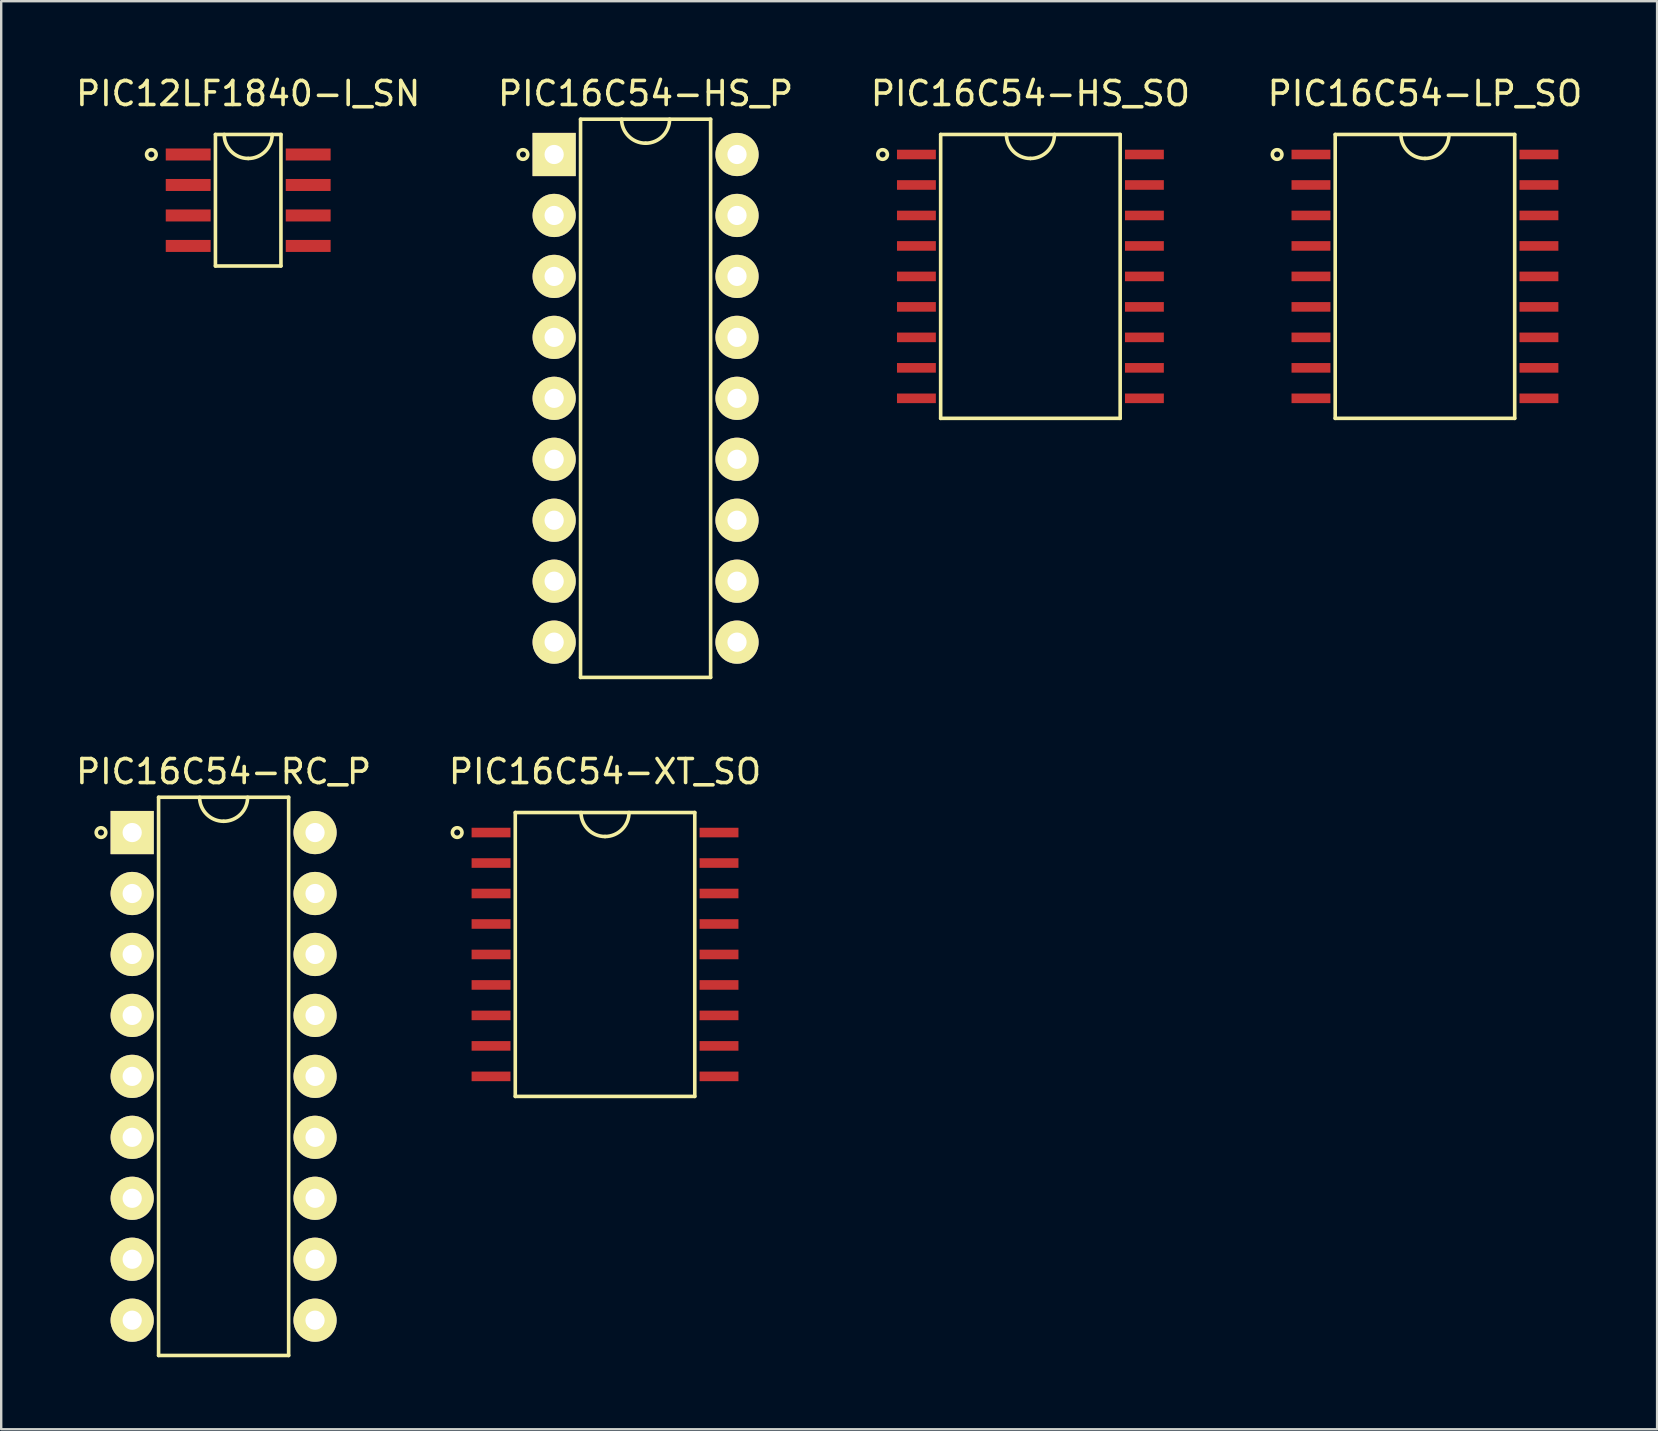
<source format=kicad_pcb>
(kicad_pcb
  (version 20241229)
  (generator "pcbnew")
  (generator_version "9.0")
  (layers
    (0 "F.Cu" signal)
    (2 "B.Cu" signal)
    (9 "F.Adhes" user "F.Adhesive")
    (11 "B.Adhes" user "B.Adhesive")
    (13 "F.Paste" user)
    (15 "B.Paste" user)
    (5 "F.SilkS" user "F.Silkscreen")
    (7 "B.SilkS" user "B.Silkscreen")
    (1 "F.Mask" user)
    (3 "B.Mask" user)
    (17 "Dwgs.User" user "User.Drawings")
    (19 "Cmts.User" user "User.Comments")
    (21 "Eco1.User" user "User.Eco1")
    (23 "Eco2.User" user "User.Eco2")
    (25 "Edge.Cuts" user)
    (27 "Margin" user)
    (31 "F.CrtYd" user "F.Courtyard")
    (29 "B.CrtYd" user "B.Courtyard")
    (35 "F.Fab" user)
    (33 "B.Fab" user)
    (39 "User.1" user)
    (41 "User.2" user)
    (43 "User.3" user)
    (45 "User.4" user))
  (footprint "PIC16C54-HS_SO"
    (layer "F.Cu")
    (at 35.137 3.388)
    (property "Reference" "PIC16C54-HS_SO" (at 4.75 -2.54 0) (layer "F.SilkS") (effects (font (size 1 1) (thickness 0.15))))
    (attr through_hole)
    (fp_line (start 1.01 -0.835) (end 8.49 -0.835) (stroke (width 0.15) (type solid)) (layer "F.SilkS"))
    (fp_line (start 1.01 10.995) (end 1.01 -0.835) (stroke (width 0.15) (type solid)) (layer "F.SilkS"))
    (fp_line (start 8.49 -0.835) (end 8.49 10.995) (stroke (width 0.15) (type solid)) (layer "F.SilkS"))
    (fp_line (start 8.49 10.995) (end 1.01 10.995) (stroke (width 0.15) (type solid)) (layer "F.SilkS"))
    (fp_arc (start 4.75 0.165) (mid 4.042893 -0.127893) (end 3.75 -0.835) (stroke (width 0.15) (type solid)) (layer "F.SilkS"))
    (fp_arc (start 5.75 -0.835) (mid 5.457107 -0.127893) (end 4.75 0.165) (stroke (width 0.15) (type solid)) (layer "F.SilkS"))
    (fp_circle (center -1.41 0) (end -1.41 0.2) (stroke (width 0.15) (type solid)) (fill no) (layer "F.SilkS"))
    (pad "1" smd rect (at 0 0) (size 1.62 0.4) (layers "F.Cu" "F.Mask" "F.Paste"))
    (pad "2" smd rect (at 0 1.27) (size 1.62 0.4) (layers "F.Cu" "F.Mask" "F.Paste"))
    (pad "3" smd rect (at 0 2.54) (size 1.62 0.4) (layers "F.Cu" "F.Mask" "F.Paste"))
    (pad "4" smd rect (at 0 3.81) (size 1.62 0.4) (layers "F.Cu" "F.Mask" "F.Paste"))
    (pad "5" smd rect (at 0 5.08) (size 1.62 0.4) (layers "F.Cu" "F.Mask" "F.Paste"))
    (pad "6" smd rect (at 0 6.35) (size 1.62 0.4) (layers "F.Cu" "F.Mask" "F.Paste"))
    (pad "7" smd rect (at 0 7.62) (size 1.62 0.4) (layers "F.Cu" "F.Mask" "F.Paste"))
    (pad "8" smd rect (at 0 8.89) (size 1.62 0.4) (layers "F.Cu" "F.Mask" "F.Paste"))
    (pad "9" smd rect (at 0 10.16) (size 1.62 0.4) (layers "F.Cu" "F.Mask" "F.Paste"))
    (pad "10" smd rect (at 9.5 10.16) (size 1.62 0.4) (layers "F.Cu" "F.Mask" "F.Paste"))
    (pad "11" smd rect (at 9.5 8.89) (size 1.62 0.4) (layers "F.Cu" "F.Mask" "F.Paste"))
    (pad "12" smd rect (at 9.5 7.62) (size 1.62 0.4) (layers "F.Cu" "F.Mask" "F.Paste"))
    (pad "13" smd rect (at 9.5 6.35) (size 1.62 0.4) (layers "F.Cu" "F.Mask" "F.Paste"))
    (pad "14" smd rect (at 9.5 5.08) (size 1.62 0.4) (layers "F.Cu" "F.Mask" "F.Paste"))
    (pad "15" smd rect (at 9.5 3.81) (size 1.62 0.4) (layers "F.Cu" "F.Mask" "F.Paste"))
    (pad "16" smd rect (at 9.5 2.54) (size 1.62 0.4) (layers "F.Cu" "F.Mask" "F.Paste"))
    (pad "17" smd rect (at 9.5 1.27) (size 1.62 0.4) (layers "F.Cu" "F.Mask" "F.Paste"))
    (pad "18" smd rect (at 9.5 0) (size 1.62 0.4) (layers "F.Cu" "F.Mask" "F.Paste")))
  (footprint "PIC16C54-HS_P"
    (layer "F.Cu")
    (at 20.041 3.388)
    (property "Reference" "PIC16C54-HS_P" (at 3.81 -2.54 0) (layer "F.SilkS") (effects (font (size 1 1) (thickness 0.15))))
    (attr through_hole)
    (fp_line (start 1.1 -1.47) (end 6.52 -1.47) (stroke (width 0.15) (type solid)) (layer "F.SilkS"))
    (fp_line (start 1.1 21.79) (end 1.1 -1.47) (stroke (width 0.15) (type solid)) (layer "F.SilkS"))
    (fp_line (start 6.52 -1.47) (end 6.52 21.79) (stroke (width 0.15) (type solid)) (layer "F.SilkS"))
    (fp_line (start 6.52 21.79) (end 1.1 21.79) (stroke (width 0.15) (type solid)) (layer "F.SilkS"))
    (fp_arc (start 3.81 -0.47) (mid 3.102893 -0.762893) (end 2.81 -1.47) (stroke (width 0.15) (type solid)) (layer "F.SilkS"))
    (fp_arc (start 4.81 -1.47) (mid 4.517107 -0.762893) (end 3.81 -0.47) (stroke (width 0.15) (type solid)) (layer "F.SilkS"))
    (fp_circle (center -1.3 0) (end -1.3 0.2) (stroke (width 0.15) (type solid)) (fill no) (layer "F.SilkS"))
    (pad "1" thru_hole rect (at 0 0) (size 1.8 1.8) (drill 0.8) (layers "*.Cu" "*.Mask" "F.SilkS"))
    (pad "2" thru_hole circle (at 0 2.54) (size 1.8 1.8) (drill 0.8) (layers "*.Cu" "*.Mask" "F.SilkS"))
    (pad "3" thru_hole circle (at 0 5.08) (size 1.8 1.8) (drill 0.8) (layers "*.Cu" "*.Mask" "F.SilkS"))
    (pad "4" thru_hole circle (at 0 7.62) (size 1.8 1.8) (drill 0.8) (layers "*.Cu" "*.Mask" "F.SilkS"))
    (pad "5" thru_hole circle (at 0 10.16) (size 1.8 1.8) (drill 0.8) (layers "*.Cu" "*.Mask" "F.SilkS"))
    (pad "6" thru_hole circle (at 0 12.7) (size 1.8 1.8) (drill 0.8) (layers "*.Cu" "*.Mask" "F.SilkS"))
    (pad "7" thru_hole circle (at 0 15.24) (size 1.8 1.8) (drill 0.8) (layers "*.Cu" "*.Mask" "F.SilkS"))
    (pad "8" thru_hole circle (at 0 17.78) (size 1.8 1.8) (drill 0.8) (layers "*.Cu" "*.Mask" "F.SilkS"))
    (pad "9" thru_hole circle (at 0 20.32) (size 1.8 1.8) (drill 0.8) (layers "*.Cu" "*.Mask" "F.SilkS"))
    (pad "10" thru_hole circle (at 7.62 20.32) (size 1.8 1.8) (drill 0.8) (layers "*.Cu" "*.Mask" "F.SilkS"))
    (pad "11" thru_hole circle (at 7.62 17.78) (size 1.8 1.8) (drill 0.8) (layers "*.Cu" "*.Mask" "F.SilkS"))
    (pad "12" thru_hole circle (at 7.62 15.24) (size 1.8 1.8) (drill 0.8) (layers "*.Cu" "*.Mask" "F.SilkS"))
    (pad "13" thru_hole circle (at 7.62 12.7) (size 1.8 1.8) (drill 0.8) (layers "*.Cu" "*.Mask" "F.SilkS"))
    (pad "14" thru_hole circle (at 7.62 10.16) (size 1.8 1.8) (drill 0.8) (layers "*.Cu" "*.Mask" "F.SilkS"))
    (pad "15" thru_hole circle (at 7.62 7.62) (size 1.8 1.8) (drill 0.8) (layers "*.Cu" "*.Mask" "F.SilkS"))
    (pad "16" thru_hole circle (at 7.62 5.08) (size 1.8 1.8) (drill 0.8) (layers "*.Cu" "*.Mask" "F.SilkS"))
    (pad "17" thru_hole circle (at 7.62 2.54) (size 1.8 1.8) (drill 0.8) (layers "*.Cu" "*.Mask" "F.SilkS"))
    (pad "18" thru_hole circle (at 7.62 0) (size 1.8 1.8) (drill 0.8) (layers "*.Cu" "*.Mask" "F.SilkS")))
  (footprint "PIC16C54-LP_SO"
    (layer "F.Cu")
    (at 51.577 3.388)
    (property "Reference" "PIC16C54-LP_SO" (at 4.75 -2.54 0) (layer "F.SilkS") (effects (font (size 1 1) (thickness 0.15))))
    (attr through_hole)
    (fp_line (start 1.01 -0.835) (end 8.49 -0.835) (stroke (width 0.15) (type solid)) (layer "F.SilkS"))
    (fp_line (start 1.01 10.995) (end 1.01 -0.835) (stroke (width 0.15) (type solid)) (layer "F.SilkS"))
    (fp_line (start 8.49 -0.835) (end 8.49 10.995) (stroke (width 0.15) (type solid)) (layer "F.SilkS"))
    (fp_line (start 8.49 10.995) (end 1.01 10.995) (stroke (width 0.15) (type solid)) (layer "F.SilkS"))
    (fp_arc (start 4.75 0.165) (mid 4.042893 -0.127893) (end 3.75 -0.835) (stroke (width 0.15) (type solid)) (layer "F.SilkS"))
    (fp_arc (start 5.75 -0.835) (mid 5.457107 -0.127893) (end 4.75 0.165) (stroke (width 0.15) (type solid)) (layer "F.SilkS"))
    (fp_circle (center -1.41 0) (end -1.41 0.2) (stroke (width 0.15) (type solid)) (fill no) (layer "F.SilkS"))
    (pad "1" smd rect (at 0 0) (size 1.62 0.4) (layers "F.Cu" "F.Mask" "F.Paste"))
    (pad "2" smd rect (at 0 1.27) (size 1.62 0.4) (layers "F.Cu" "F.Mask" "F.Paste"))
    (pad "3" smd rect (at 0 2.54) (size 1.62 0.4) (layers "F.Cu" "F.Mask" "F.Paste"))
    (pad "4" smd rect (at 0 3.81) (size 1.62 0.4) (layers "F.Cu" "F.Mask" "F.Paste"))
    (pad "5" smd rect (at 0 5.08) (size 1.62 0.4) (layers "F.Cu" "F.Mask" "F.Paste"))
    (pad "6" smd rect (at 0 6.35) (size 1.62 0.4) (layers "F.Cu" "F.Mask" "F.Paste"))
    (pad "7" smd rect (at 0 7.62) (size 1.62 0.4) (layers "F.Cu" "F.Mask" "F.Paste"))
    (pad "8" smd rect (at 0 8.89) (size 1.62 0.4) (layers "F.Cu" "F.Mask" "F.Paste"))
    (pad "9" smd rect (at 0 10.16) (size 1.62 0.4) (layers "F.Cu" "F.Mask" "F.Paste"))
    (pad "10" smd rect (at 9.5 10.16) (size 1.62 0.4) (layers "F.Cu" "F.Mask" "F.Paste"))
    (pad "11" smd rect (at 9.5 8.89) (size 1.62 0.4) (layers "F.Cu" "F.Mask" "F.Paste"))
    (pad "12" smd rect (at 9.5 7.62) (size 1.62 0.4) (layers "F.Cu" "F.Mask" "F.Paste"))
    (pad "13" smd rect (at 9.5 6.35) (size 1.62 0.4) (layers "F.Cu" "F.Mask" "F.Paste"))
    (pad "14" smd rect (at 9.5 5.08) (size 1.62 0.4) (layers "F.Cu" "F.Mask" "F.Paste"))
    (pad "15" smd rect (at 9.5 3.81) (size 1.62 0.4) (layers "F.Cu" "F.Mask" "F.Paste"))
    (pad "16" smd rect (at 9.5 2.54) (size 1.62 0.4) (layers "F.Cu" "F.Mask" "F.Paste"))
    (pad "17" smd rect (at 9.5 1.27) (size 1.62 0.4) (layers "F.Cu" "F.Mask" "F.Paste"))
    (pad "18" smd rect (at 9.5 0) (size 1.62 0.4) (layers "F.Cu" "F.Mask" "F.Paste")))
  (footprint "PIC12LF1840-I_SN"
    (layer "F.Cu")
    (at 4.792 3.388)
    (property "Reference" "PIC12LF1840-I_SN" (at 2.5 -2.54 0) (layer "F.SilkS") (effects (font (size 1 1) (thickness 0.15))))
    (attr through_hole)
    (fp_line (start 1.135 -0.835) (end 3.865 -0.835) (stroke (width 0.15) (type solid)) (layer "F.SilkS"))
    (fp_line (start 1.135 4.645) (end 1.135 -0.835) (stroke (width 0.15) (type solid)) (layer "F.SilkS"))
    (fp_line (start 3.865 -0.835) (end 3.865 4.645) (stroke (width 0.15) (type solid)) (layer "F.SilkS"))
    (fp_line (start 3.865 4.645) (end 1.135 4.645) (stroke (width 0.15) (type solid)) (layer "F.SilkS"))
    (fp_arc (start 2.5 0.165) (mid 1.792893 -0.127893) (end 1.5 -0.835) (stroke (width 0.15) (type solid)) (layer "F.SilkS"))
    (fp_arc (start 3.5 -0.835) (mid 3.207107 -0.127893) (end 2.5 0.165) (stroke (width 0.15) (type solid)) (layer "F.SilkS"))
    (fp_circle (center -1.535 0) (end -1.535 0.2) (stroke (width 0.15) (type solid)) (fill no) (layer "F.SilkS"))
    (pad "1" smd rect (at 0 0) (size 1.87 0.5) (layers "F.Cu" "F.Mask" "F.Paste"))
    (pad "2" smd rect (at 0 1.27) (size 1.87 0.5) (layers "F.Cu" "F.Mask" "F.Paste"))
    (pad "3" smd rect (at 0 2.54) (size 1.87 0.5) (layers "F.Cu" "F.Mask" "F.Paste"))
    (pad "4" smd rect (at 0 3.81) (size 1.87 0.5) (layers "F.Cu" "F.Mask" "F.Paste"))
    (pad "5" smd rect (at 5 3.81) (size 1.87 0.5) (layers "F.Cu" "F.Mask" "F.Paste"))
    (pad "6" smd rect (at 5 2.54) (size 1.87 0.5) (layers "F.Cu" "F.Mask" "F.Paste"))
    (pad "7" smd rect (at 5 1.27) (size 1.87 0.5) (layers "F.Cu" "F.Mask" "F.Paste"))
    (pad "8" smd rect (at 5 0) (size 1.87 0.5) (layers "F.Cu" "F.Mask" "F.Paste")))
  (footprint "PIC16C54-RC_P"
    (layer "F.Cu")
    (at 2.458 31.642)
    (property "Reference" "PIC16C54-RC_P" (at 3.81 -2.54 0) (layer "F.SilkS") (effects (font (size 1 1) (thickness 0.15))))
    (attr through_hole)
    (fp_line (start 1.1 -1.47) (end 6.52 -1.47) (stroke (width 0.15) (type solid)) (layer "F.SilkS"))
    (fp_line (start 1.1 21.79) (end 1.1 -1.47) (stroke (width 0.15) (type solid)) (layer "F.SilkS"))
    (fp_line (start 6.52 -1.47) (end 6.52 21.79) (stroke (width 0.15) (type solid)) (layer "F.SilkS"))
    (fp_line (start 6.52 21.79) (end 1.1 21.79) (stroke (width 0.15) (type solid)) (layer "F.SilkS"))
    (fp_arc (start 3.81 -0.47) (mid 3.102893 -0.762893) (end 2.81 -1.47) (stroke (width 0.15) (type solid)) (layer "F.SilkS"))
    (fp_arc (start 4.81 -1.47) (mid 4.517107 -0.762893) (end 3.81 -0.47) (stroke (width 0.15) (type solid)) (layer "F.SilkS"))
    (fp_circle (center -1.3 0) (end -1.3 0.2) (stroke (width 0.15) (type solid)) (fill no) (layer "F.SilkS"))
    (pad "1" thru_hole rect (at 0 0) (size 1.8 1.8) (drill 0.8) (layers "*.Cu" "*.Mask" "F.SilkS"))
    (pad "2" thru_hole circle (at 0 2.54) (size 1.8 1.8) (drill 0.8) (layers "*.Cu" "*.Mask" "F.SilkS"))
    (pad "3" thru_hole circle (at 0 5.08) (size 1.8 1.8) (drill 0.8) (layers "*.Cu" "*.Mask" "F.SilkS"))
    (pad "4" thru_hole circle (at 0 7.62) (size 1.8 1.8) (drill 0.8) (layers "*.Cu" "*.Mask" "F.SilkS"))
    (pad "5" thru_hole circle (at 0 10.16) (size 1.8 1.8) (drill 0.8) (layers "*.Cu" "*.Mask" "F.SilkS"))
    (pad "6" thru_hole circle (at 0 12.7) (size 1.8 1.8) (drill 0.8) (layers "*.Cu" "*.Mask" "F.SilkS"))
    (pad "7" thru_hole circle (at 0 15.24) (size 1.8 1.8) (drill 0.8) (layers "*.Cu" "*.Mask" "F.SilkS"))
    (pad "8" thru_hole circle (at 0 17.78) (size 1.8 1.8) (drill 0.8) (layers "*.Cu" "*.Mask" "F.SilkS"))
    (pad "9" thru_hole circle (at 0 20.32) (size 1.8 1.8) (drill 0.8) (layers "*.Cu" "*.Mask" "F.SilkS"))
    (pad "10" thru_hole circle (at 7.62 20.32) (size 1.8 1.8) (drill 0.8) (layers "*.Cu" "*.Mask" "F.SilkS"))
    (pad "11" thru_hole circle (at 7.62 17.78) (size 1.8 1.8) (drill 0.8) (layers "*.Cu" "*.Mask" "F.SilkS"))
    (pad "12" thru_hole circle (at 7.62 15.24) (size 1.8 1.8) (drill 0.8) (layers "*.Cu" "*.Mask" "F.SilkS"))
    (pad "13" thru_hole circle (at 7.62 12.7) (size 1.8 1.8) (drill 0.8) (layers "*.Cu" "*.Mask" "F.SilkS"))
    (pad "14" thru_hole circle (at 7.62 10.16) (size 1.8 1.8) (drill 0.8) (layers "*.Cu" "*.Mask" "F.SilkS"))
    (pad "15" thru_hole circle (at 7.62 7.62) (size 1.8 1.8) (drill 0.8) (layers "*.Cu" "*.Mask" "F.SilkS"))
    (pad "16" thru_hole circle (at 7.62 5.08) (size 1.8 1.8) (drill 0.8) (layers "*.Cu" "*.Mask" "F.SilkS"))
    (pad "17" thru_hole circle (at 7.62 2.54) (size 1.8 1.8) (drill 0.8) (layers "*.Cu" "*.Mask" "F.SilkS"))
    (pad "18" thru_hole circle (at 7.62 0) (size 1.8 1.8) (drill 0.8) (layers "*.Cu" "*.Mask" "F.SilkS")))
  (footprint "PIC16C54-XT_SO"
    (layer "F.Cu")
    (at 17.411 31.642)
    (property "Reference" "PIC16C54-XT_SO" (at 4.75 -2.54 0) (layer "F.SilkS") (effects (font (size 1 1) (thickness 0.15))))
    (attr through_hole)
    (fp_line (start 1.01 -0.835) (end 8.49 -0.835) (stroke (width 0.15) (type solid)) (layer "F.SilkS"))
    (fp_line (start 1.01 10.995) (end 1.01 -0.835) (stroke (width 0.15) (type solid)) (layer "F.SilkS"))
    (fp_line (start 8.49 -0.835) (end 8.49 10.995) (stroke (width 0.15) (type solid)) (layer "F.SilkS"))
    (fp_line (start 8.49 10.995) (end 1.01 10.995) (stroke (width 0.15) (type solid)) (layer "F.SilkS"))
    (fp_arc (start 4.75 0.165) (mid 4.042893 -0.127893) (end 3.75 -0.835) (stroke (width 0.15) (type solid)) (layer "F.SilkS"))
    (fp_arc (start 5.75 -0.835) (mid 5.457107 -0.127893) (end 4.75 0.165) (stroke (width 0.15) (type solid)) (layer "F.SilkS"))
    (fp_circle (center -1.41 0) (end -1.41 0.2) (stroke (width 0.15) (type solid)) (fill no) (layer "F.SilkS"))
    (pad "1" smd rect (at 0 0) (size 1.62 0.4) (layers "F.Cu" "F.Mask" "F.Paste"))
    (pad "2" smd rect (at 0 1.27) (size 1.62 0.4) (layers "F.Cu" "F.Mask" "F.Paste"))
    (pad "3" smd rect (at 0 2.54) (size 1.62 0.4) (layers "F.Cu" "F.Mask" "F.Paste"))
    (pad "4" smd rect (at 0 3.81) (size 1.62 0.4) (layers "F.Cu" "F.Mask" "F.Paste"))
    (pad "5" smd rect (at 0 5.08) (size 1.62 0.4) (layers "F.Cu" "F.Mask" "F.Paste"))
    (pad "6" smd rect (at 0 6.35) (size 1.62 0.4) (layers "F.Cu" "F.Mask" "F.Paste"))
    (pad "7" smd rect (at 0 7.62) (size 1.62 0.4) (layers "F.Cu" "F.Mask" "F.Paste"))
    (pad "8" smd rect (at 0 8.89) (size 1.62 0.4) (layers "F.Cu" "F.Mask" "F.Paste"))
    (pad "9" smd rect (at 0 10.16) (size 1.62 0.4) (layers "F.Cu" "F.Mask" "F.Paste"))
    (pad "10" smd rect (at 9.5 10.16) (size 1.62 0.4) (layers "F.Cu" "F.Mask" "F.Paste"))
    (pad "11" smd rect (at 9.5 8.89) (size 1.62 0.4) (layers "F.Cu" "F.Mask" "F.Paste"))
    (pad "12" smd rect (at 9.5 7.62) (size 1.62 0.4) (layers "F.Cu" "F.Mask" "F.Paste"))
    (pad "13" smd rect (at 9.5 6.35) (size 1.62 0.4) (layers "F.Cu" "F.Mask" "F.Paste"))
    (pad "14" smd rect (at 9.5 5.08) (size 1.62 0.4) (layers "F.Cu" "F.Mask" "F.Paste"))
    (pad "15" smd rect (at 9.5 3.81) (size 1.62 0.4) (layers "F.Cu" "F.Mask" "F.Paste"))
    (pad "16" smd rect (at 9.5 2.54) (size 1.62 0.4) (layers "F.Cu" "F.Mask" "F.Paste"))
    (pad "17" smd rect (at 9.5 1.27) (size 1.62 0.4) (layers "F.Cu" "F.Mask" "F.Paste"))
    (pad "18" smd rect (at 9.5 0) (size 1.62 0.4) (layers "F.Cu" "F.Mask" "F.Paste")))
  (gr_rect
    (start -3 -3)
    (end 66 56.507)
    (stroke (width 0.1) (type default))
    (fill no)
    (layer "Edge.Cuts")))
</source>
